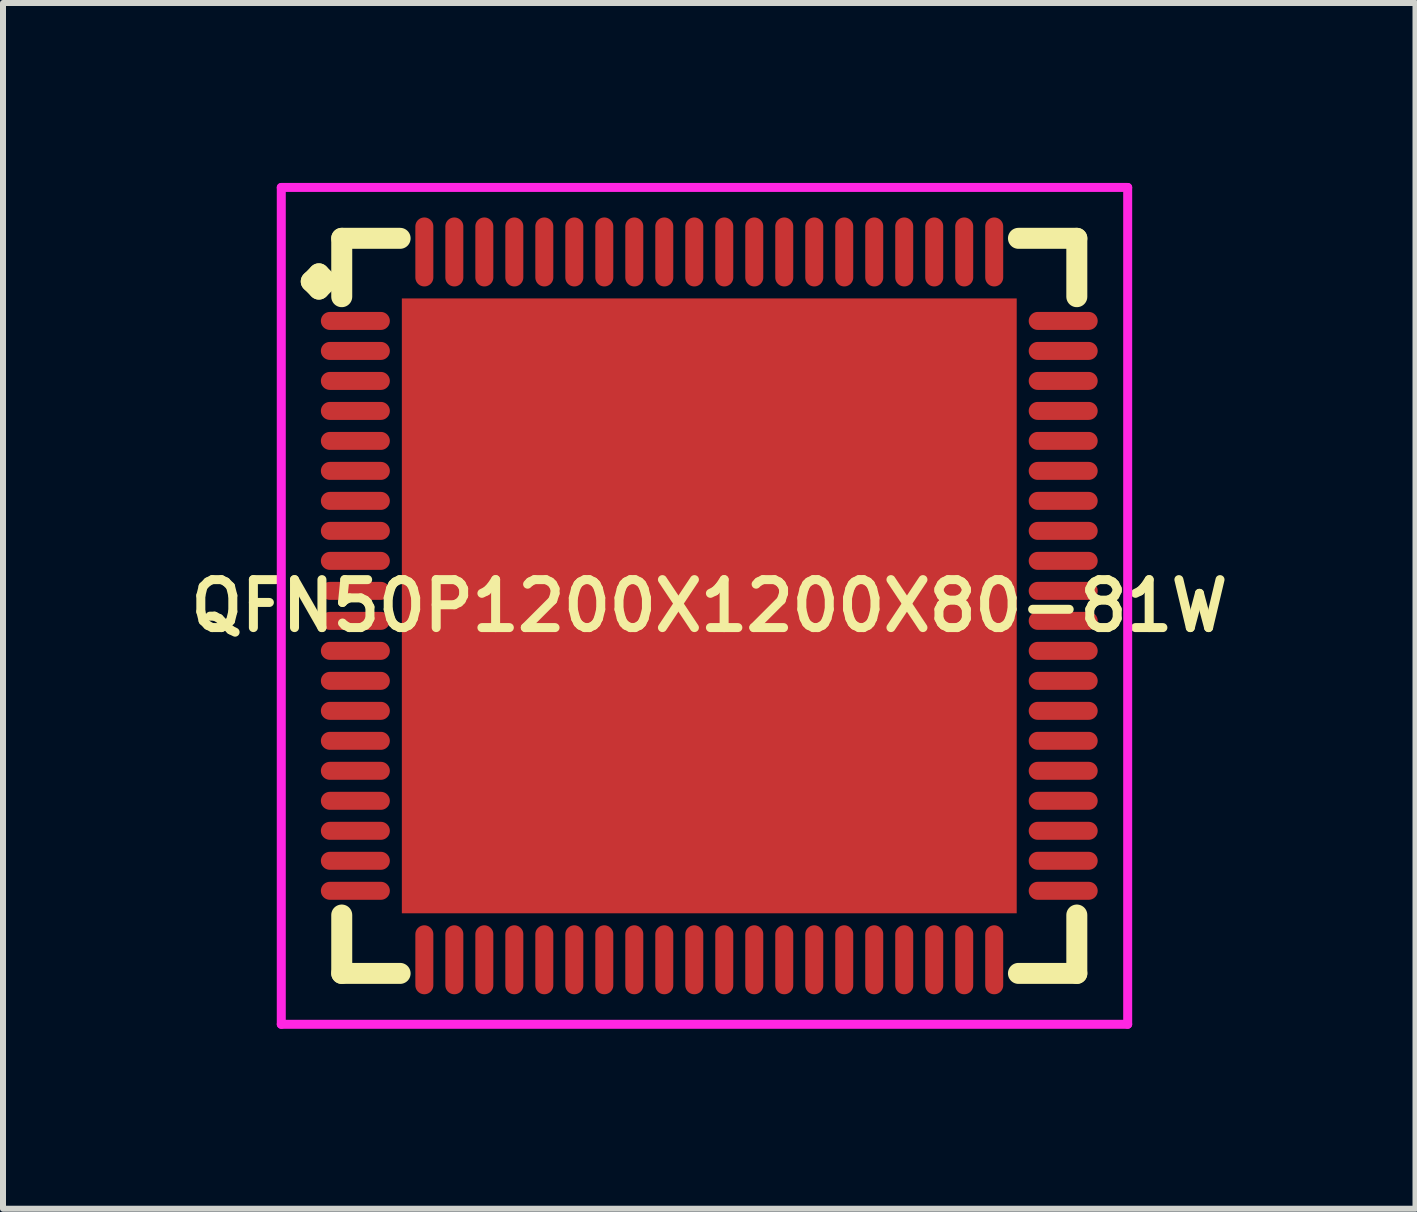
<source format=kicad_pcb>
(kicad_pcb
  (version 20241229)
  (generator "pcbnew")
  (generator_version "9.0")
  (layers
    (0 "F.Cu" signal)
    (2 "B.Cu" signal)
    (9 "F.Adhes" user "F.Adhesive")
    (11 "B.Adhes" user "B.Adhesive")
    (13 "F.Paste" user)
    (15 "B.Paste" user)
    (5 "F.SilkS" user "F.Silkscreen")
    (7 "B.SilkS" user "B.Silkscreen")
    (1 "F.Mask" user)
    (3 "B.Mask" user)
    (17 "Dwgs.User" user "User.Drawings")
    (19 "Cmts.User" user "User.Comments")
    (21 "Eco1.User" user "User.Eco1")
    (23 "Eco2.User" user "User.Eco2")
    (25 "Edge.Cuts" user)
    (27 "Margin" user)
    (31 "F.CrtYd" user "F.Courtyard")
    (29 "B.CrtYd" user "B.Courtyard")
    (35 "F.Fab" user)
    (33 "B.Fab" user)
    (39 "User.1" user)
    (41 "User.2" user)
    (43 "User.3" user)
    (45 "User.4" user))
  (footprint "QFN50P1200X1200X80-81W"
    (layer "F.Cu")
    (at 8.774 7.05)
    (property "Reference" "QFN50P1200X1200X80-81W" (at 0 0 0) (layer "F.SilkS") (effects (font (size 0.8 0.8) (thickness 0.15))))
    (attr smd)
    (fp_line (start -6.635 -5.408) (end -6.508 -5.535) (stroke (width 0.35) (type solid)) (layer "F.SilkS"))
    (fp_line (start -6.508 -5.535) (end -6.381 -5.408) (stroke (width 0.35) (type solid)) (layer "F.SilkS"))
    (fp_line (start -6.508 -5.281) (end -6.635 -5.408) (stroke (width 0.35) (type solid)) (layer "F.SilkS"))
    (fp_line (start -6.381 -5.408) (end -6.508 -5.281) (stroke (width 0.35) (type solid)) (layer "F.SilkS"))
    (fp_line (start -6.127 -6.127) (end -5.154 -6.127) (stroke (width 0.35) (type solid)) (layer "F.SilkS"))
    (fp_line (start -6.127 -5.154) (end -6.127 -6.127) (stroke (width 0.35) (type solid)) (layer "F.SilkS"))
    (fp_line (start -6.127 5.154) (end -6.127 6.127) (stroke (width 0.35) (type solid)) (layer "F.SilkS"))
    (fp_line (start -6.127 6.127) (end -5.154 6.127) (stroke (width 0.35) (type solid)) (layer "F.SilkS"))
    (fp_line (start 5.154 -6.127) (end 6.127 -6.127) (stroke (width 0.35) (type solid)) (layer "F.SilkS"))
    (fp_line (start 5.154 6.127) (end 6.127 6.127) (stroke (width 0.35) (type solid)) (layer "F.SilkS"))
    (fp_line (start 6.127 -6.127) (end 6.127 -5.154) (stroke (width 0.35) (type solid)) (layer "F.SilkS"))
    (fp_line (start 6.127 6.127) (end 6.127 5.154) (stroke (width 0.35) (type solid)) (layer "F.SilkS"))
    (fp_line (start -7.135 -6.975) (end 6.975 -6.975) (stroke (width 0.15) (type solid)) (layer "F.CrtYd"))
    (fp_line (start -7.135 6.975) (end -7.135 -6.975) (stroke (width 0.15) (type solid)) (layer "F.CrtYd"))
    (fp_line (start 6.975 -6.975) (end 6.975 6.975) (stroke (width 0.15) (type solid)) (layer "F.CrtYd"))
    (fp_line (start 6.975 6.975) (end -7.135 6.975) (stroke (width 0.15) (type solid)) (layer "F.CrtYd"))
    (pad "1" smd oval (at -5.9 -4.75) (size 1.15 0.3) (layers "F.Cu" "F.Mask" "F.Paste"))
    (pad "2" smd oval (at -5.9 -4.25) (size 1.15 0.3) (layers "F.Cu" "F.Mask" "F.Paste"))
    (pad "3" smd oval (at -5.9 -3.75) (size 1.15 0.3) (layers "F.Cu" "F.Mask" "F.Paste"))
    (pad "4" smd oval (at -5.9 -3.25) (size 1.15 0.3) (layers "F.Cu" "F.Mask" "F.Paste"))
    (pad "5" smd oval (at -5.9 -2.75) (size 1.15 0.3) (layers "F.Cu" "F.Mask" "F.Paste"))
    (pad "6" smd oval (at -5.9 -2.25) (size 1.15 0.3) (layers "F.Cu" "F.Mask" "F.Paste"))
    (pad "7" smd oval (at -5.9 -1.75) (size 1.15 0.3) (layers "F.Cu" "F.Mask" "F.Paste"))
    (pad "8" smd oval (at -5.9 -1.25) (size 1.15 0.3) (layers "F.Cu" "F.Mask" "F.Paste"))
    (pad "9" smd oval (at -5.9 -0.75) (size 1.15 0.3) (layers "F.Cu" "F.Mask" "F.Paste"))
    (pad "10" smd oval (at -5.9 -0.25) (size 1.15 0.3) (layers "F.Cu" "F.Mask" "F.Paste"))
    (pad "11" smd oval (at -5.9 0.25) (size 1.15 0.3) (layers "F.Cu" "F.Mask" "F.Paste"))
    (pad "12" smd oval (at -5.9 0.75) (size 1.15 0.3) (layers "F.Cu" "F.Mask" "F.Paste"))
    (pad "13" smd oval (at -5.9 1.25) (size 1.15 0.3) (layers "F.Cu" "F.Mask" "F.Paste"))
    (pad "14" smd oval (at -5.9 1.75) (size 1.15 0.3) (layers "F.Cu" "F.Mask" "F.Paste"))
    (pad "15" smd oval (at -5.9 2.25) (size 1.15 0.3) (layers "F.Cu" "F.Mask" "F.Paste"))
    (pad "16" smd oval (at -5.9 2.75) (size 1.15 0.3) (layers "F.Cu" "F.Mask" "F.Paste"))
    (pad "17" smd oval (at -5.9 3.25) (size 1.15 0.3) (layers "F.Cu" "F.Mask" "F.Paste"))
    (pad "18" smd oval (at -5.9 3.75) (size 1.15 0.3) (layers "F.Cu" "F.Mask" "F.Paste"))
    (pad "19" smd oval (at -5.9 4.25) (size 1.15 0.3) (layers "F.Cu" "F.Mask" "F.Paste"))
    (pad "20" smd oval (at -5.9 4.75) (size 1.15 0.3) (layers "F.Cu" "F.Mask" "F.Paste"))
    (pad "21" smd oval (at -4.75 5.9) (size 0.3 1.15) (layers "F.Cu" "F.Mask" "F.Paste"))
    (pad "22" smd oval (at -4.25 5.9) (size 0.3 1.15) (layers "F.Cu" "F.Mask" "F.Paste"))
    (pad "23" smd oval (at -3.75 5.9) (size 0.3 1.15) (layers "F.Cu" "F.Mask" "F.Paste"))
    (pad "24" smd oval (at -3.25 5.9) (size 0.3 1.15) (layers "F.Cu" "F.Mask" "F.Paste"))
    (pad "25" smd oval (at -2.75 5.9) (size 0.3 1.15) (layers "F.Cu" "F.Mask" "F.Paste"))
    (pad "26" smd oval (at -2.25 5.9) (size 0.3 1.15) (layers "F.Cu" "F.Mask" "F.Paste"))
    (pad "27" smd oval (at -1.75 5.9) (size 0.3 1.15) (layers "F.Cu" "F.Mask" "F.Paste"))
    (pad "28" smd oval (at -1.25 5.9) (size 0.3 1.15) (layers "F.Cu" "F.Mask" "F.Paste"))
    (pad "29" smd oval (at -0.75 5.9) (size 0.3 1.15) (layers "F.Cu" "F.Mask" "F.Paste"))
    (pad "30" smd oval (at -0.25 5.9) (size 0.3 1.15) (layers "F.Cu" "F.Mask" "F.Paste"))
    (pad "31" smd oval (at 0.25 5.9) (size 0.3 1.15) (layers "F.Cu" "F.Mask" "F.Paste"))
    (pad "32" smd oval (at 0.75 5.9) (size 0.3 1.15) (layers "F.Cu" "F.Mask" "F.Paste"))
    (pad "33" smd oval (at 1.25 5.9) (size 0.3 1.15) (layers "F.Cu" "F.Mask" "F.Paste"))
    (pad "34" smd oval (at 1.75 5.9) (size 0.3 1.15) (layers "F.Cu" "F.Mask" "F.Paste"))
    (pad "35" smd oval (at 2.25 5.9) (size 0.3 1.15) (layers "F.Cu" "F.Mask" "F.Paste"))
    (pad "36" smd oval (at 2.75 5.9) (size 0.3 1.15) (layers "F.Cu" "F.Mask" "F.Paste"))
    (pad "37" smd oval (at 3.25 5.9) (size 0.3 1.15) (layers "F.Cu" "F.Mask" "F.Paste"))
    (pad "38" smd oval (at 3.75 5.9) (size 0.3 1.15) (layers "F.Cu" "F.Mask" "F.Paste"))
    (pad "39" smd oval (at 4.25 5.9) (size 0.3 1.15) (layers "F.Cu" "F.Mask" "F.Paste"))
    (pad "40" smd oval (at 4.75 5.9) (size 0.3 1.15) (layers "F.Cu" "F.Mask" "F.Paste"))
    (pad "41" smd oval (at 5.9 4.75) (size 1.15 0.3) (layers "F.Cu" "F.Mask" "F.Paste"))
    (pad "42" smd oval (at 5.9 4.25) (size 1.15 0.3) (layers "F.Cu" "F.Mask" "F.Paste"))
    (pad "43" smd oval (at 5.9 3.75) (size 1.15 0.3) (layers "F.Cu" "F.Mask" "F.Paste"))
    (pad "44" smd oval (at 5.9 3.25) (size 1.15 0.3) (layers "F.Cu" "F.Mask" "F.Paste"))
    (pad "45" smd oval (at 5.9 2.75) (size 1.15 0.3) (layers "F.Cu" "F.Mask" "F.Paste"))
    (pad "46" smd oval (at 5.9 2.25) (size 1.15 0.3) (layers "F.Cu" "F.Mask" "F.Paste"))
    (pad "47" smd oval (at 5.9 1.75) (size 1.15 0.3) (layers "F.Cu" "F.Mask" "F.Paste"))
    (pad "48" smd oval (at 5.9 1.25) (size 1.15 0.3) (layers "F.Cu" "F.Mask" "F.Paste"))
    (pad "49" smd oval (at 5.9 0.75) (size 1.15 0.3) (layers "F.Cu" "F.Mask" "F.Paste"))
    (pad "50" smd oval (at 5.9 0.25) (size 1.15 0.3) (layers "F.Cu" "F.Mask" "F.Paste"))
    (pad "51" smd oval (at 5.9 -0.25) (size 1.15 0.3) (layers "F.Cu" "F.Mask" "F.Paste"))
    (pad "52" smd oval (at 5.9 -0.75) (size 1.15 0.3) (layers "F.Cu" "F.Mask" "F.Paste"))
    (pad "53" smd oval (at 5.9 -1.25) (size 1.15 0.3) (layers "F.Cu" "F.Mask" "F.Paste"))
    (pad "54" smd oval (at 5.9 -1.75) (size 1.15 0.3) (layers "F.Cu" "F.Mask" "F.Paste"))
    (pad "55" smd oval (at 5.9 -2.25) (size 1.15 0.3) (layers "F.Cu" "F.Mask" "F.Paste"))
    (pad "56" smd oval (at 5.9 -2.75) (size 1.15 0.3) (layers "F.Cu" "F.Mask" "F.Paste"))
    (pad "57" smd oval (at 5.9 -3.25) (size 1.15 0.3) (layers "F.Cu" "F.Mask" "F.Paste"))
    (pad "58" smd oval (at 5.9 -3.75) (size 1.15 0.3) (layers "F.Cu" "F.Mask" "F.Paste"))
    (pad "59" smd oval (at 5.9 -4.25) (size 1.15 0.3) (layers "F.Cu" "F.Mask" "F.Paste"))
    (pad "60" smd oval (at 5.9 -4.75) (size 1.15 0.3) (layers "F.Cu" "F.Mask" "F.Paste"))
    (pad "61" smd oval (at 4.75 -5.9) (size 0.3 1.15) (layers "F.Cu" "F.Mask" "F.Paste"))
    (pad "62" smd oval (at 4.25 -5.9) (size 0.3 1.15) (layers "F.Cu" "F.Mask" "F.Paste"))
    (pad "63" smd oval (at 3.75 -5.9) (size 0.3 1.15) (layers "F.Cu" "F.Mask" "F.Paste"))
    (pad "64" smd oval (at 3.25 -5.9) (size 0.3 1.15) (layers "F.Cu" "F.Mask" "F.Paste"))
    (pad "65" smd oval (at 2.75 -5.9) (size 0.3 1.15) (layers "F.Cu" "F.Mask" "F.Paste"))
    (pad "66" smd oval (at 2.25 -5.9) (size 0.3 1.15) (layers "F.Cu" "F.Mask" "F.Paste"))
    (pad "67" smd oval (at 1.75 -5.9) (size 0.3 1.15) (layers "F.Cu" "F.Mask" "F.Paste"))
    (pad "68" smd oval (at 1.25 -5.9) (size 0.3 1.15) (layers "F.Cu" "F.Mask" "F.Paste"))
    (pad "69" smd oval (at 0.75 -5.9) (size 0.3 1.15) (layers "F.Cu" "F.Mask" "F.Paste"))
    (pad "70" smd oval (at 0.25 -5.9) (size 0.3 1.15) (layers "F.Cu" "F.Mask" "F.Paste"))
    (pad "71" smd oval (at -0.25 -5.9) (size 0.3 1.15) (layers "F.Cu" "F.Mask" "F.Paste"))
    (pad "72" smd oval (at -0.75 -5.9) (size 0.3 1.15) (layers "F.Cu" "F.Mask" "F.Paste"))
    (pad "73" smd oval (at -1.25 -5.9) (size 0.3 1.15) (layers "F.Cu" "F.Mask" "F.Paste"))
    (pad "74" smd oval (at -1.75 -5.9) (size 0.3 1.15) (layers "F.Cu" "F.Mask" "F.Paste"))
    (pad "75" smd oval (at -2.25 -5.9) (size 0.3 1.15) (layers "F.Cu" "F.Mask" "F.Paste"))
    (pad "76" smd oval (at -2.75 -5.9) (size 0.3 1.15) (layers "F.Cu" "F.Mask" "F.Paste"))
    (pad "77" smd oval (at -3.25 -5.9) (size 0.3 1.15) (layers "F.Cu" "F.Mask" "F.Paste"))
    (pad "78" smd oval (at -3.75 -5.9) (size 0.3 1.15) (layers "F.Cu" "F.Mask" "F.Paste"))
    (pad "79" smd oval (at -4.25 -5.9) (size 0.3 1.15) (layers "F.Cu" "F.Mask" "F.Paste"))
    (pad "80" smd oval (at -4.75 -5.9) (size 0.3 1.15) (layers "F.Cu" "F.Mask" "F.Paste"))
    (pad "81" smd rect (at 0 0) (size 10.25 10.25) (layers "F.Cu" "F.Mask" "F.Paste")))
  (gr_rect
    (start -3 -3)
    (end 20.547 17.1)
    (stroke (width 0.1) (type default))
    (fill no)
    (layer "Edge.Cuts")))
</source>
